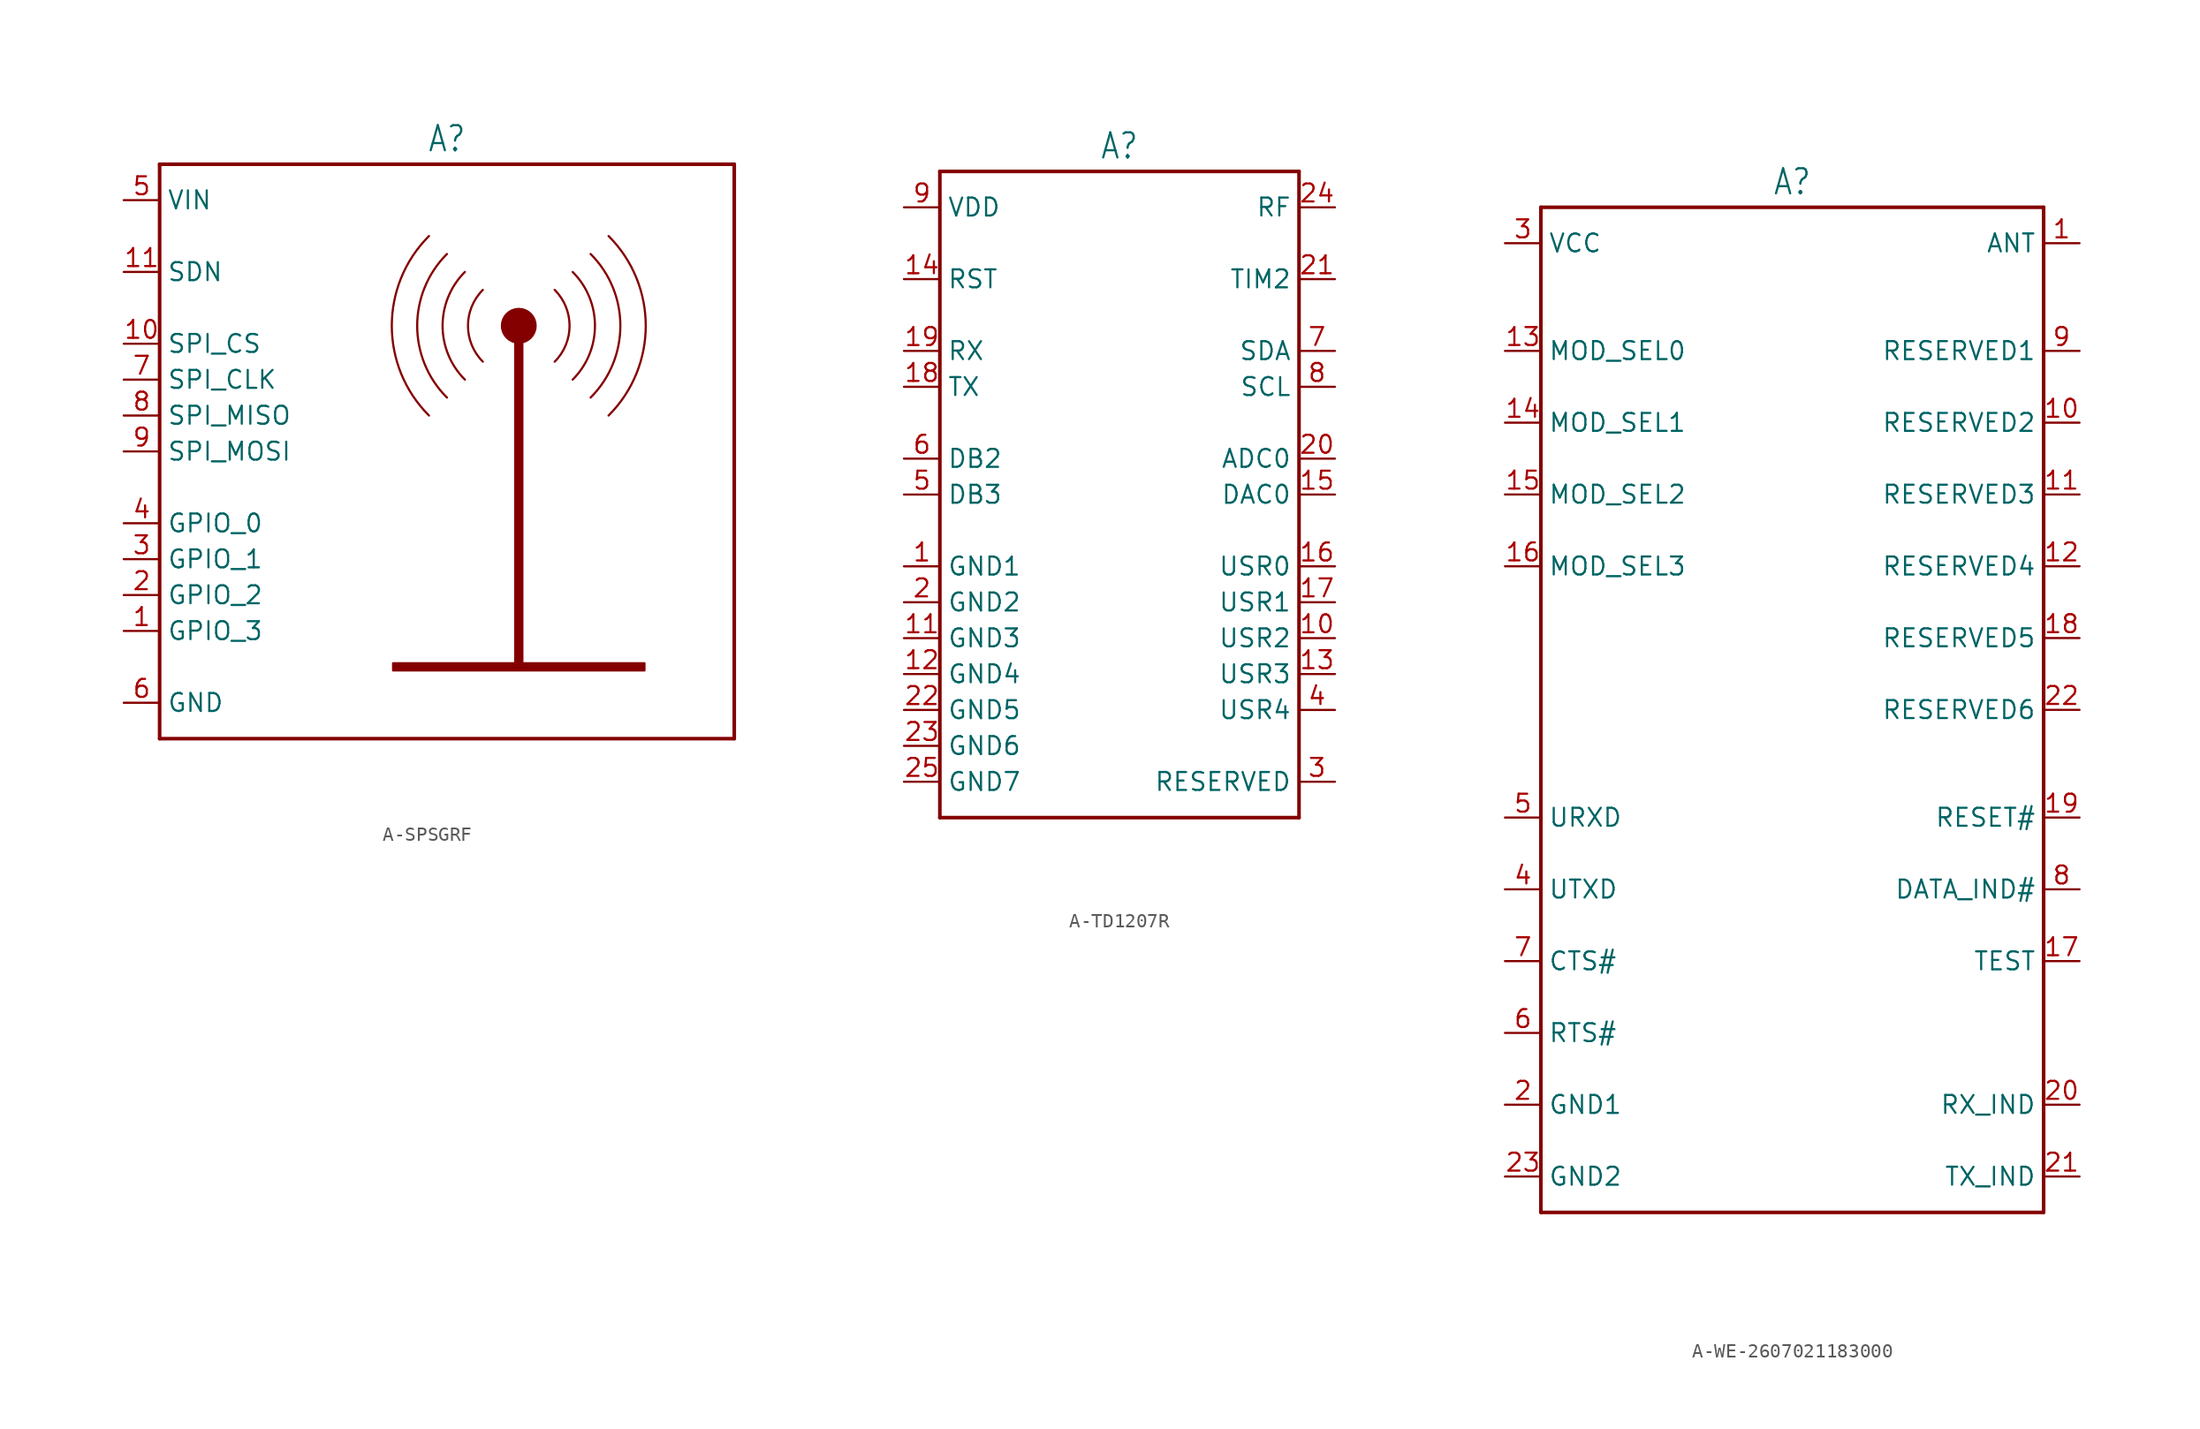
<source format=kicad_sym>
(kicad_symbol_lib
  (version 20231120)
  (generator "kicad_symbol_editor")
  (generator_version "8.0")
  (symbol "A-SPSGRF"
    (property "Reference" "A"
      (at 0 21.082 0)
      (effects (font (size 1.778 1.511)) (justify bottom)))
    (property "Value" ""
      (at 0 -21.082 0)
      (effects (font (size 1.778 1.511)) (justify top)))
    (property "ki_locked" ""
      (at 0 0 0)
      (effects (font (size 1.27 1.27))))
    (symbol "A-SPSGRF_1_0"
      (rectangle (start -3.81 -15.494) (end 13.97 -14.986) (stroke (width 0) (type default)) (fill (type outline)))
      (arc (start -1.27 15.24) (mid -3.9003 8.89) (end -1.27 2.54) (stroke (width 0.1524) (type solid)) (fill (type none)))
      (polyline (pts (xy -20.32 -20.32) (xy 20.32 -20.32)) (stroke (width 0.254) (type solid)) (fill (type none)))
      (polyline (pts (xy -20.32 20.32) (xy -20.32 -20.32)) (stroke (width 0.254) (type solid)) (fill (type none)))
      (polyline (pts (xy 20.32 -20.32) (xy 20.32 20.32)) (stroke (width 0.254) (type solid)) (fill (type none)))
      (polyline (pts (xy 20.32 20.32) (xy -20.32 20.32)) (stroke (width 0.254) (type solid)) (fill (type none)))
      (arc (start 0 13.97) (mid -2.1042 8.89) (end 0 3.81) (stroke (width 0.1524) (type solid)) (fill (type none)))
      (arc (start 1.27 12.7) (mid -0.3082 8.89) (end 1.27 5.08) (stroke (width 0.1524) (type solid)) (fill (type none)))
      (arc (start 2.54 11.43) (mid 1.4879 8.89) (end 2.54 6.35) (stroke (width 0.1524) (type solid)) (fill (type none)))
      (rectangle (start 4.826 -15.24) (end 5.334 8.89) (stroke (width 0) (type default)) (fill (type outline)))
      (circle (center 5.08 8.89) (radius 0.635) (stroke (width 1.27) (type solid)) (fill (type none)))
      (arc (start 7.62 6.35) (mid 8.6721 8.89) (end 7.62 11.43) (stroke (width 0.1524) (type solid)) (fill (type none)))
      (arc (start 8.8899 5.0799) (mid 10.4681 8.8899) (end 8.89 12.7) (stroke (width 0.1524) (type solid)) (fill (type none)))
      (arc (start 10.1599 3.8099) (mid 12.2642 8.8899) (end 10.16 13.97) (stroke (width 0.1524) (type solid)) (fill (type none)))
      (arc (start 11.4299 2.5399) (mid 14.0602 8.8899) (end 11.43 15.24) (stroke (width 0.1524) (type solid)) (fill (type none)))
      (pin passive line (at -22.86 -12.7 0) (length 2.54) (name "GPIO_3" (effects (font (size 1.27 1.27)))) (number "1" (effects (font (size 1.27 1.27)))))
      (pin passive line (at -22.86 7.62 0) (length 2.54) (name "SPI_CS" (effects (font (size 1.27 1.27)))) (number "10" (effects (font (size 1.27 1.27)))))
      (pin passive line (at -22.86 12.7 0) (length 2.54) (name "SDN" (effects (font (size 1.27 1.27)))) (number "11" (effects (font (size 1.27 1.27)))))
      (pin passive line (at -22.86 -10.16 0) (length 2.54) (name "GPIO_2" (effects (font (size 1.27 1.27)))) (number "2" (effects (font (size 1.27 1.27)))))
      (pin passive line (at -22.86 -7.62 0) (length 2.54) (name "GPIO_1" (effects (font (size 1.27 1.27)))) (number "3" (effects (font (size 1.27 1.27)))))
      (pin passive line (at -22.86 -5.08 0) (length 2.54) (name "GPIO_0" (effects (font (size 1.27 1.27)))) (number "4" (effects (font (size 1.27 1.27)))))
      (pin passive line (at -22.86 17.78 0) (length 2.54) (name "VIN" (effects (font (size 1.27 1.27)))) (number "5" (effects (font (size 1.27 1.27)))))
      (pin passive line (at -22.86 -17.78 0) (length 2.54) (name "GND" (effects (font (size 1.27 1.27)))) (number "6" (effects (font (size 1.27 1.27)))))
      (pin passive line (at -22.86 5.08 0) (length 2.54) (name "SPI_CLK" (effects (font (size 1.27 1.27)))) (number "7" (effects (font (size 1.27 1.27)))))
      (pin passive line (at -22.86 2.54 0) (length 2.54) (name "SPI_MISO" (effects (font (size 1.27 1.27)))) (number "8" (effects (font (size 1.27 1.27)))))
      (pin passive line (at -22.86 0 0) (length 2.54) (name "SPI_MOSI" (effects (font (size 1.27 1.27)))) (number "9" (effects (font (size 1.27 1.27)))))))
  (symbol "A-TD1207R"
    (property "Reference" "A"
      (at 0 23.622 0)
      (effects (font (size 1.778 1.511)) (justify bottom)))
    (property "Value" ""
      (at 0 -23.622 0)
      (effects (font (size 1.778 1.511)) (justify top)))
    (property "ki_locked" ""
      (at 0 0 0)
      (effects (font (size 1.27 1.27))))
    (symbol "A-TD1207R_1_0"
      (polyline (pts (xy -12.7 -22.86) (xy 12.7 -22.86)) (stroke (width 0.254) (type solid)) (fill (type none)))
      (polyline (pts (xy -12.7 22.86) (xy -12.7 -22.86)) (stroke (width 0.254) (type solid)) (fill (type none)))
      (polyline (pts (xy 12.7 -22.86) (xy 12.7 22.86)) (stroke (width 0.254) (type solid)) (fill (type none)))
      (polyline (pts (xy 12.7 22.86) (xy -12.7 22.86)) (stroke (width 0.254) (type solid)) (fill (type none)))
      (pin passive line (at -15.24 -5.08 0) (length 2.54) (name "GND1" (effects (font (size 1.27 1.27)))) (number "1" (effects (font (size 1.27 1.27)))))
      (pin passive line (at 15.24 -10.16 180) (length 2.54) (name "USR2" (effects (font (size 1.27 1.27)))) (number "10" (effects (font (size 1.27 1.27)))))
      (pin passive line (at -15.24 -10.16 0) (length 2.54) (name "GND3" (effects (font (size 1.27 1.27)))) (number "11" (effects (font (size 1.27 1.27)))))
      (pin passive line (at -15.24 -12.7 0) (length 2.54) (name "GND4" (effects (font (size 1.27 1.27)))) (number "12" (effects (font (size 1.27 1.27)))))
      (pin passive line (at 15.24 -12.7 180) (length 2.54) (name "USR3" (effects (font (size 1.27 1.27)))) (number "13" (effects (font (size 1.27 1.27)))))
      (pin passive line (at -15.24 15.24 0) (length 2.54) (name "RST" (effects (font (size 1.27 1.27)))) (number "14" (effects (font (size 1.27 1.27)))))
      (pin passive line (at 15.24 0 180) (length 2.54) (name "DAC0" (effects (font (size 1.27 1.27)))) (number "15" (effects (font (size 1.27 1.27)))))
      (pin passive line (at 15.24 -5.08 180) (length 2.54) (name "USR0" (effects (font (size 1.27 1.27)))) (number "16" (effects (font (size 1.27 1.27)))))
      (pin passive line (at 15.24 -7.62 180) (length 2.54) (name "USR1" (effects (font (size 1.27 1.27)))) (number "17" (effects (font (size 1.27 1.27)))))
      (pin passive line (at -15.24 7.62 0) (length 2.54) (name "TX" (effects (font (size 1.27 1.27)))) (number "18" (effects (font (size 1.27 1.27)))))
      (pin passive line (at -15.24 10.16 0) (length 2.54) (name "RX" (effects (font (size 1.27 1.27)))) (number "19" (effects (font (size 1.27 1.27)))))
      (pin passive line (at -15.24 -7.62 0) (length 2.54) (name "GND2" (effects (font (size 1.27 1.27)))) (number "2" (effects (font (size 1.27 1.27)))))
      (pin passive line (at 15.24 2.54 180) (length 2.54) (name "ADC0" (effects (font (size 1.27 1.27)))) (number "20" (effects (font (size 1.27 1.27)))))
      (pin passive line (at 15.24 15.24 180) (length 2.54) (name "TIM2" (effects (font (size 1.27 1.27)))) (number "21" (effects (font (size 1.27 1.27)))))
      (pin passive line (at -15.24 -15.24 0) (length 2.54) (name "GND5" (effects (font (size 1.27 1.27)))) (number "22" (effects (font (size 1.27 1.27)))))
      (pin passive line (at -15.24 -17.78 0) (length 2.54) (name "GND6" (effects (font (size 1.27 1.27)))) (number "23" (effects (font (size 1.27 1.27)))))
      (pin passive line (at 15.24 20.32 180) (length 2.54) (name "RF" (effects (font (size 1.27 1.27)))) (number "24" (effects (font (size 1.27 1.27)))))
      (pin passive line (at -15.24 -20.32 0) (length 2.54) (name "GND7" (effects (font (size 1.27 1.27)))) (number "25" (effects (font (size 1.27 1.27)))))
      (pin passive line (at 15.24 -20.32 180) (length 2.54) (name "RESERVED" (effects (font (size 1.27 1.27)))) (number "3" (effects (font (size 1.27 1.27)))))
      (pin passive line (at 15.24 -15.24 180) (length 2.54) (name "USR4" (effects (font (size 1.27 1.27)))) (number "4" (effects (font (size 1.27 1.27)))))
      (pin passive line (at -15.24 0 0) (length 2.54) (name "DB3" (effects (font (size 1.27 1.27)))) (number "5" (effects (font (size 1.27 1.27)))))
      (pin passive line (at -15.24 2.54 0) (length 2.54) (name "DB2" (effects (font (size 1.27 1.27)))) (number "6" (effects (font (size 1.27 1.27)))))
      (pin passive line (at 15.24 10.16 180) (length 2.54) (name "SDA" (effects (font (size 1.27 1.27)))) (number "7" (effects (font (size 1.27 1.27)))))
      (pin passive line (at 15.24 7.62 180) (length 2.54) (name "SCL" (effects (font (size 1.27 1.27)))) (number "8" (effects (font (size 1.27 1.27)))))
      (pin passive line (at -15.24 20.32 0) (length 2.54) (name "VDD" (effects (font (size 1.27 1.27)))) (number "9" (effects (font (size 1.27 1.27)))))))
  (symbol "A-WE-2607021183000"
    (property "Reference" "A"
      (at 0 36.322 0)
      (effects (font (size 1.778 1.511)) (justify bottom)))
    (property "Value" ""
      (at 0 -36.322 0)
      (effects (font (size 1.778 1.511)) (justify top)))
    (property "ki_locked" ""
      (at 0 0 0)
      (effects (font (size 1.27 1.27))))
    (symbol "A-WE-2607021183000_1_0"
      (polyline (pts (xy -17.78 -35.56) (xy -17.78 35.56)) (stroke (width 0.254) (type solid)) (fill (type none)))
      (polyline (pts (xy -17.78 35.56) (xy 17.78 35.56)) (stroke (width 0.254) (type solid)) (fill (type none)))
      (polyline (pts (xy 17.78 -35.56) (xy -17.78 -35.56)) (stroke (width 0.254) (type solid)) (fill (type none)))
      (polyline (pts (xy 17.78 35.56) (xy 17.78 -35.56)) (stroke (width 0.254) (type solid)) (fill (type none)))
      (pin passive line (at 20.32 33.02 180) (length 2.54) (name "ANT" (effects (font (size 1.27 1.27)))) (number "1" (effects (font (size 1.27 1.27)))))
      (pin passive line (at 20.32 20.32 180) (length 2.54) (name "RESERVED2" (effects (font (size 1.27 1.27)))) (number "10" (effects (font (size 1.27 1.27)))))
      (pin passive line (at 20.32 15.24 180) (length 2.54) (name "RESERVED3" (effects (font (size 1.27 1.27)))) (number "11" (effects (font (size 1.27 1.27)))))
      (pin passive line (at 20.32 10.16 180) (length 2.54) (name "RESERVED4" (effects (font (size 1.27 1.27)))) (number "12" (effects (font (size 1.27 1.27)))))
      (pin passive line (at -20.32 25.4 0) (length 2.54) (name "MOD_SEL0" (effects (font (size 1.27 1.27)))) (number "13" (effects (font (size 1.27 1.27)))))
      (pin passive line (at -20.32 20.32 0) (length 2.54) (name "MOD_SEL1" (effects (font (size 1.27 1.27)))) (number "14" (effects (font (size 1.27 1.27)))))
      (pin passive line (at -20.32 15.24 0) (length 2.54) (name "MOD_SEL2" (effects (font (size 1.27 1.27)))) (number "15" (effects (font (size 1.27 1.27)))))
      (pin passive line (at -20.32 10.16 0) (length 2.54) (name "MOD_SEL3" (effects (font (size 1.27 1.27)))) (number "16" (effects (font (size 1.27 1.27)))))
      (pin passive line (at 20.32 -17.78 180) (length 2.54) (name "TEST" (effects (font (size 1.27 1.27)))) (number "17" (effects (font (size 1.27 1.27)))))
      (pin passive line (at 20.32 5.08 180) (length 2.54) (name "RESERVED5" (effects (font (size 1.27 1.27)))) (number "18" (effects (font (size 1.27 1.27)))))
      (pin passive line (at 20.32 -7.62 180) (length 2.54) (name "RESET#" (effects (font (size 1.27 1.27)))) (number "19" (effects (font (size 1.27 1.27)))))
      (pin passive line (at -20.32 -27.94 0) (length 2.54) (name "GND1" (effects (font (size 1.27 1.27)))) (number "2" (effects (font (size 1.27 1.27)))))
      (pin passive line (at 20.32 -27.94 180) (length 2.54) (name "RX_IND" (effects (font (size 1.27 1.27)))) (number "20" (effects (font (size 1.27 1.27)))))
      (pin passive line (at 20.32 -33.02 180) (length 2.54) (name "TX_IND" (effects (font (size 1.27 1.27)))) (number "21" (effects (font (size 1.27 1.27)))))
      (pin passive line (at 20.32 0 180) (length 2.54) (name "RESERVED6" (effects (font (size 1.27 1.27)))) (number "22" (effects (font (size 1.27 1.27)))))
      (pin passive line (at -20.32 -33.02 0) (length 2.54) (name "GND2" (effects (font (size 1.27 1.27)))) (number "23" (effects (font (size 1.27 1.27)))))
      (pin passive line (at -20.32 33.02 0) (length 2.54) (name "VCC" (effects (font (size 1.27 1.27)))) (number "3" (effects (font (size 1.27 1.27)))))
      (pin passive line (at -20.32 -12.7 0) (length 2.54) (name "UTXD" (effects (font (size 1.27 1.27)))) (number "4" (effects (font (size 1.27 1.27)))))
      (pin passive line (at -20.32 -7.62 0) (length 2.54) (name "URXD" (effects (font (size 1.27 1.27)))) (number "5" (effects (font (size 1.27 1.27)))))
      (pin passive line (at -20.32 -22.86 0) (length 2.54) (name "RTS#" (effects (font (size 1.27 1.27)))) (number "6" (effects (font (size 1.27 1.27)))))
      (pin passive line (at -20.32 -17.78 0) (length 2.54) (name "CTS#" (effects (font (size 1.27 1.27)))) (number "7" (effects (font (size 1.27 1.27)))))
      (pin passive line (at 20.32 -12.7 180) (length 2.54) (name "DATA_IND#" (effects (font (size 1.27 1.27)))) (number "8" (effects (font (size 1.27 1.27)))))
      (pin passive line (at 20.32 25.4 180) (length 2.54) (name "RESERVED1" (effects (font (size 1.27 1.27)))) (number "9" (effects (font (size 1.27 1.27))))))))
</source>
